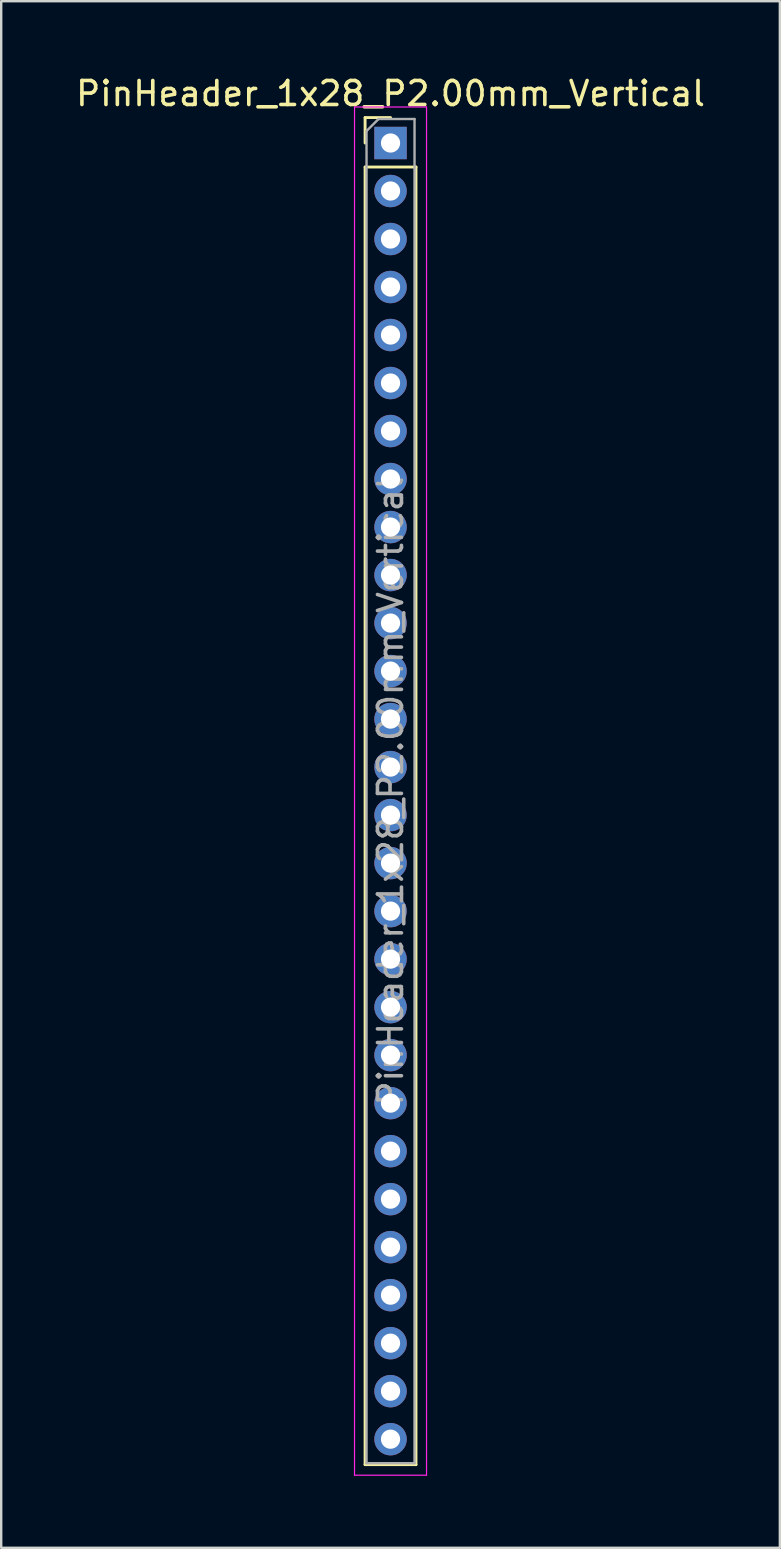
<source format=kicad_pcb>
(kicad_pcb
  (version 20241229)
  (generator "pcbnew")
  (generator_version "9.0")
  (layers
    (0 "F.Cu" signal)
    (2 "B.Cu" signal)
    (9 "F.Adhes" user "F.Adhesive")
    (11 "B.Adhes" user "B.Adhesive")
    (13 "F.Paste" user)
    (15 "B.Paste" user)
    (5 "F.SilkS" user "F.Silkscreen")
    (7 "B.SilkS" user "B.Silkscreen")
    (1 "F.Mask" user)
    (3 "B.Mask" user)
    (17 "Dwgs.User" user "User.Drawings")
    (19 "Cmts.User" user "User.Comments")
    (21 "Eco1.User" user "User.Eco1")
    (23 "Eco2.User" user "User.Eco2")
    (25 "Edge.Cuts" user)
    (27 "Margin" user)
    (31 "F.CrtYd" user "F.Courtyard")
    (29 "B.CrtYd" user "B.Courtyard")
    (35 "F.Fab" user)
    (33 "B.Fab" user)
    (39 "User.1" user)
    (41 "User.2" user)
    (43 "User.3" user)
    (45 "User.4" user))
  (footprint "PinHeader_1x28_P2.00mm_Vertical"
    (layer "F.Cu")
    (at 13.22 2.908)
    (property "Reference" "PinHeader_1x28_P2.00mm_Vertical" (at 0 -2.06 0) (layer "F.SilkS") (effects (font (size 1 1) (thickness 0.15))))
    (attr through_hole)
    (fp_line (start -1.06 -1.06) (end 0 -1.06) (stroke (width 0.12) (type solid)) (layer "F.SilkS"))
    (fp_line (start -1.06 0) (end -1.06 -1.06) (stroke (width 0.12) (type solid)) (layer "F.SilkS"))
    (fp_line (start -1.06 1) (end -1.06 55.06) (stroke (width 0.12) (type solid)) (layer "F.SilkS"))
    (fp_line (start -1.06 1) (end 1.06 1) (stroke (width 0.12) (type solid)) (layer "F.SilkS"))
    (fp_line (start -1.06 55.06) (end 1.06 55.06) (stroke (width 0.12) (type solid)) (layer "F.SilkS"))
    (fp_line (start 1.06 1) (end 1.06 55.06) (stroke (width 0.12) (type solid)) (layer "F.SilkS"))
    (fp_line (start -1.5 -1.5) (end -1.5 55.5) (stroke (width 0.05) (type solid)) (layer "F.CrtYd"))
    (fp_line (start -1.5 55.5) (end 1.5 55.5) (stroke (width 0.05) (type solid)) (layer "F.CrtYd"))
    (fp_line (start 1.5 -1.5) (end -1.5 -1.5) (stroke (width 0.05) (type solid)) (layer "F.CrtYd"))
    (fp_line (start 1.5 55.5) (end 1.5 -1.5) (stroke (width 0.05) (type solid)) (layer "F.CrtYd"))
    (fp_line (start -1 -0.5) (end -0.5 -1) (stroke (width 0.1) (type solid)) (layer "F.Fab"))
    (fp_line (start -1 55) (end -1 -0.5) (stroke (width 0.1) (type solid)) (layer "F.Fab"))
    (fp_line (start -0.5 -1) (end 1 -1) (stroke (width 0.1) (type solid)) (layer "F.Fab"))
    (fp_line (start 1 -1) (end 1 55) (stroke (width 0.1) (type solid)) (layer "F.Fab"))
    (fp_line (start 1 55) (end -1 55) (stroke (width 0.1) (type solid)) (layer "F.Fab"))
    (fp_text user "${REFERENCE}" (at 0 27 90) (layer "F.Fab") (effects (font (size 1 1) (thickness 0.15))))
    (pad "1" thru_hole rect (at 0 0) (size 1.35 1.35) (drill 0.8) (layers "*.Cu" "*.Mask"))
    (pad "2" thru_hole oval (at 0 2) (size 1.35 1.35) (drill 0.8) (layers "*.Cu" "*.Mask"))
    (pad "3" thru_hole oval (at 0 4) (size 1.35 1.35) (drill 0.8) (layers "*.Cu" "*.Mask"))
    (pad "4" thru_hole oval (at 0 6) (size 1.35 1.35) (drill 0.8) (layers "*.Cu" "*.Mask"))
    (pad "5" thru_hole oval (at 0 8) (size 1.35 1.35) (drill 0.8) (layers "*.Cu" "*.Mask"))
    (pad "6" thru_hole oval (at 0 10) (size 1.35 1.35) (drill 0.8) (layers "*.Cu" "*.Mask"))
    (pad "7" thru_hole oval (at 0 12) (size 1.35 1.35) (drill 0.8) (layers "*.Cu" "*.Mask"))
    (pad "8" thru_hole oval (at 0 14) (size 1.35 1.35) (drill 0.8) (layers "*.Cu" "*.Mask"))
    (pad "9" thru_hole oval (at 0 16) (size 1.35 1.35) (drill 0.8) (layers "*.Cu" "*.Mask"))
    (pad "10" thru_hole oval (at 0 18) (size 1.35 1.35) (drill 0.8) (layers "*.Cu" "*.Mask"))
    (pad "11" thru_hole oval (at 0 20) (size 1.35 1.35) (drill 0.8) (layers "*.Cu" "*.Mask"))
    (pad "12" thru_hole oval (at 0 22) (size 1.35 1.35) (drill 0.8) (layers "*.Cu" "*.Mask"))
    (pad "13" thru_hole oval (at 0 24) (size 1.35 1.35) (drill 0.8) (layers "*.Cu" "*.Mask"))
    (pad "14" thru_hole oval (at 0 26) (size 1.35 1.35) (drill 0.8) (layers "*.Cu" "*.Mask"))
    (pad "15" thru_hole oval (at 0 28) (size 1.35 1.35) (drill 0.8) (layers "*.Cu" "*.Mask"))
    (pad "16" thru_hole oval (at 0 30) (size 1.35 1.35) (drill 0.8) (layers "*.Cu" "*.Mask"))
    (pad "17" thru_hole oval (at 0 32) (size 1.35 1.35) (drill 0.8) (layers "*.Cu" "*.Mask"))
    (pad "18" thru_hole oval (at 0 34) (size 1.35 1.35) (drill 0.8) (layers "*.Cu" "*.Mask"))
    (pad "19" thru_hole oval (at 0 36) (size 1.35 1.35) (drill 0.8) (layers "*.Cu" "*.Mask"))
    (pad "20" thru_hole oval (at 0 38) (size 1.35 1.35) (drill 0.8) (layers "*.Cu" "*.Mask"))
    (pad "21" thru_hole oval (at 0 40) (size 1.35 1.35) (drill 0.8) (layers "*.Cu" "*.Mask"))
    (pad "22" thru_hole oval (at 0 42) (size 1.35 1.35) (drill 0.8) (layers "*.Cu" "*.Mask"))
    (pad "23" thru_hole oval (at 0 44) (size 1.35 1.35) (drill 0.8) (layers "*.Cu" "*.Mask"))
    (pad "24" thru_hole oval (at 0 46) (size 1.35 1.35) (drill 0.8) (layers "*.Cu" "*.Mask"))
    (pad "25" thru_hole oval (at 0 48) (size 1.35 1.35) (drill 0.8) (layers "*.Cu" "*.Mask"))
    (pad "26" thru_hole oval (at 0 50) (size 1.35 1.35) (drill 0.8) (layers "*.Cu" "*.Mask"))
    (pad "27" thru_hole oval (at 0 52) (size 1.35 1.35) (drill 0.8) (layers "*.Cu" "*.Mask"))
    (pad "28" thru_hole oval (at 0 54) (size 1.35 1.35) (drill 0.8) (layers "*.Cu" "*.Mask")))
  (gr_rect
    (start -3 -3)
    (end 29.44 61.433)
    (stroke (width 0.1) (type default))
    (fill no)
    (layer "Edge.Cuts")))
</source>
